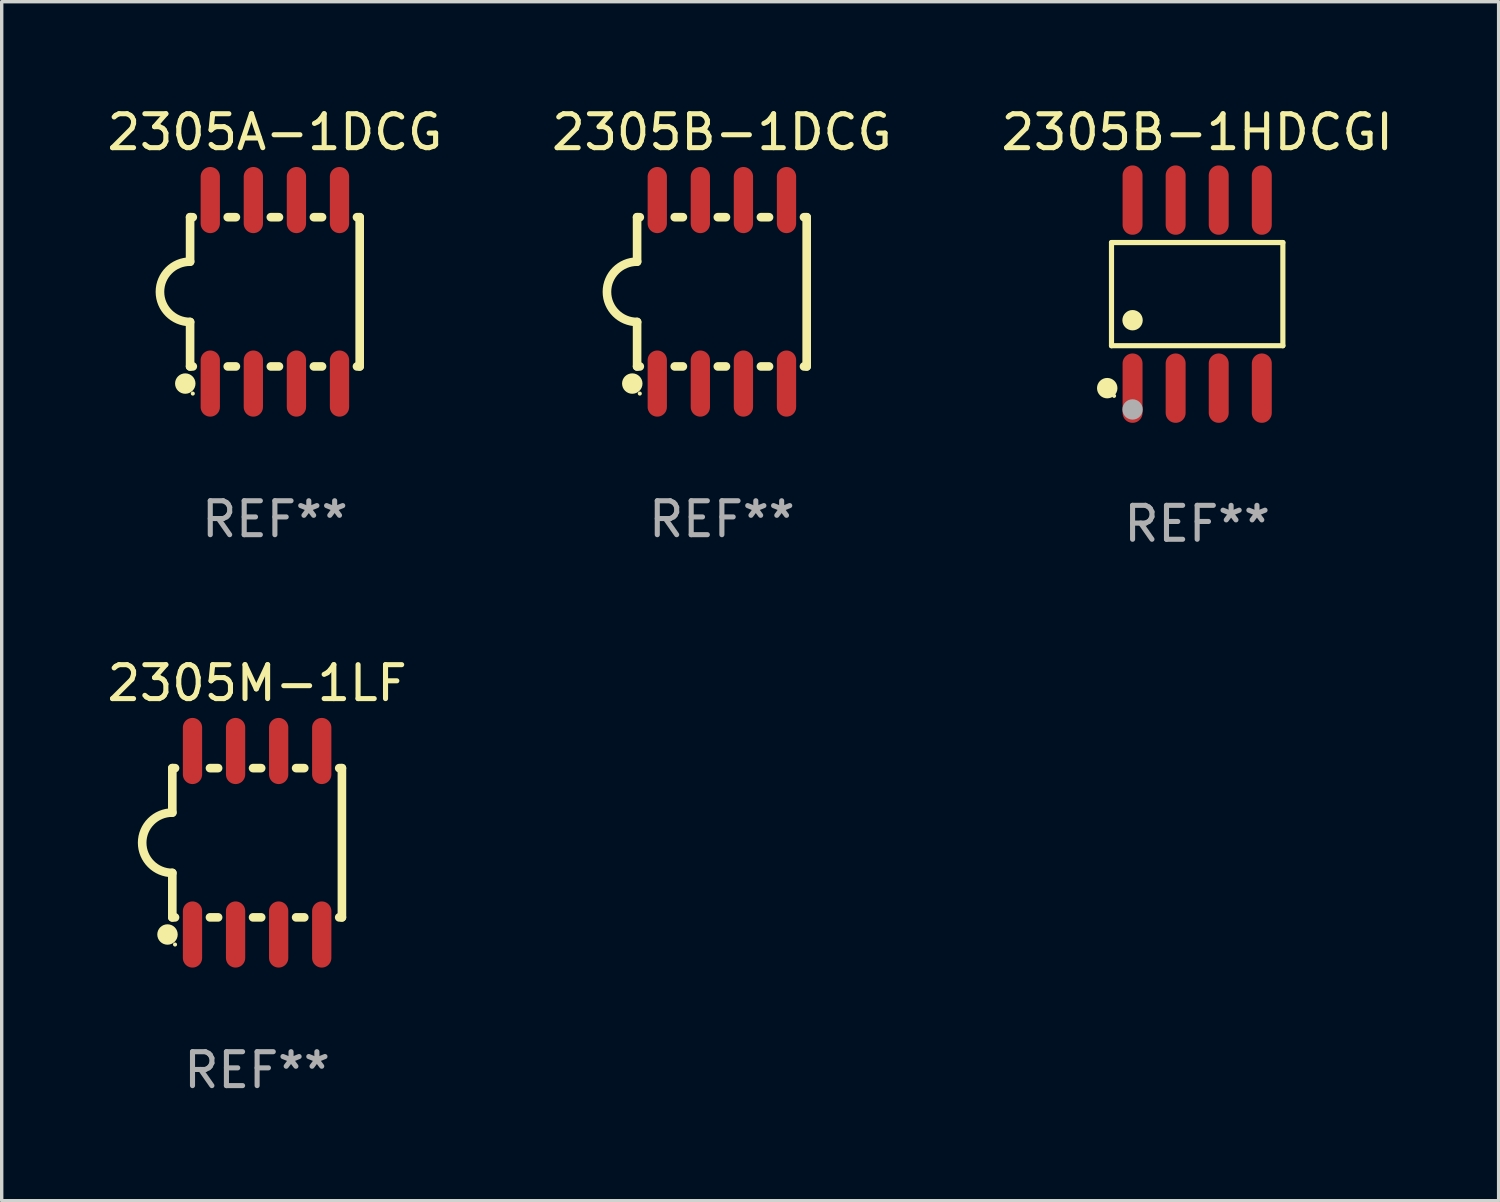
<source format=kicad_pcb>
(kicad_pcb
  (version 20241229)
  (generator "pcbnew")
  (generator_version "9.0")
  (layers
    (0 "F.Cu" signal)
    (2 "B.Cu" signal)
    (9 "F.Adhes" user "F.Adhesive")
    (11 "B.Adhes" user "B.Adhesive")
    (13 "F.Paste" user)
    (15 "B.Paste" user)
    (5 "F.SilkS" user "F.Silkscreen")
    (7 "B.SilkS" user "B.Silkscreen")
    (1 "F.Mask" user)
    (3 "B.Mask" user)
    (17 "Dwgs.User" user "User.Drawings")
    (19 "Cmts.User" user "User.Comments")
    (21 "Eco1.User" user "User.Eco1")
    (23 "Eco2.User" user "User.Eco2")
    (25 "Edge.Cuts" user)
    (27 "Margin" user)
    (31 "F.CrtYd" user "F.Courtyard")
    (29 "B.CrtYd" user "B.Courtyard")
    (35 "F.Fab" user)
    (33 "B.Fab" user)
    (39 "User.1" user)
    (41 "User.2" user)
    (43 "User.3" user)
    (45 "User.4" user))
  (footprint "2305M-1LF"
    (layer "F.Cu")
    (at 4.53 21.795)
    (property "Reference" "2305M-1LF" (at 0 -4.705 0) (layer "F.SilkS") (effects (font (size 1 1) (thickness 0.15))))
    (attr through_hole)
    (fp_line (start -2.5 -2.2) (end -2.5 -0.889) (stroke (width 0.254) (type solid)) (layer "F.SilkS"))
    (fp_line (start -2.5 2.2) (end -2.5 0.889) (stroke (width 0.254) (type solid)) (layer "F.SilkS"))
    (fp_line (start -2.42 -2.2) (end -2.5 -2.2) (stroke (width 0.254) (type solid)) (layer "F.SilkS"))
    (fp_line (start -2.42 2.2) (end -2.5 2.2) (stroke (width 0.254) (type solid)) (layer "F.SilkS"))
    (fp_line (start -1.15 -2.2) (end -1.39 -2.2) (stroke (width 0.254) (type solid)) (layer "F.SilkS"))
    (fp_line (start -1.15 2.2) (end -1.39 2.2) (stroke (width 0.254) (type solid)) (layer "F.SilkS"))
    (fp_line (start 0.12 -2.2) (end -0.12 -2.2) (stroke (width 0.254) (type solid)) (layer "F.SilkS"))
    (fp_line (start 0.12 2.2) (end -0.12 2.2) (stroke (width 0.254) (type solid)) (layer "F.SilkS"))
    (fp_line (start 1.39 -2.2) (end 1.15 -2.2) (stroke (width 0.254) (type solid)) (layer "F.SilkS"))
    (fp_line (start 1.39 2.2) (end 1.15 2.2) (stroke (width 0.254) (type solid)) (layer "F.SilkS"))
    (fp_line (start 2.5 -2.2) (end 2.42 -2.2) (stroke (width 0.254) (type solid)) (layer "F.SilkS"))
    (fp_line (start 2.5 -2.2) (end 2.5 2.2) (stroke (width 0.254) (type solid)) (layer "F.SilkS"))
    (fp_line (start 2.5 2.2) (end 2.42 2.2) (stroke (width 0.254) (type solid)) (layer "F.SilkS"))
    (fp_arc (start -2.5 0.889002) (mid -3.388367 -0.000318) (end -2.499365 -0.889002) (stroke (width 0.254001) (type solid)) (layer "F.SilkS"))
    (fp_circle (center -2.642 2.705) (end -2.491 2.705) (stroke (width 0.3) (type solid)) (fill no) (layer "F.SilkS"))
    (fp_circle (center -2.42 3) (end -2.39 3) (stroke (width 0.06) (type solid)) (fill no) (layer "F.SilkS"))
    (fp_text user "REF**" (at 0 6.705 0) (layer "F.Fab") (effects (font (size 1 1) (thickness 0.15))))
    (pad "1" smd oval (at -1.905 2.705) (size 0.568 1.95) (layers "F.Cu" "F.Mask" "F.Paste"))
    (pad "2" smd oval (at -0.635 2.705) (size 0.568 1.95) (layers "F.Cu" "F.Mask" "F.Paste"))
    (pad "3" smd oval (at 0.635 2.705) (size 0.568 1.95) (layers "F.Cu" "F.Mask" "F.Paste"))
    (pad "4" smd oval (at 1.905 2.705) (size 0.568 1.95) (layers "F.Cu" "F.Mask" "F.Paste"))
    (pad "5" smd oval (at 1.905 -2.705) (size 0.568 1.95) (layers "F.Cu" "F.Mask" "F.Paste"))
    (pad "6" smd oval (at 0.635 -2.705) (size 0.568 1.95) (layers "F.Cu" "F.Mask" "F.Paste"))
    (pad "7" smd oval (at -0.635 -2.705) (size 0.568 1.95) (layers "F.Cu" "F.Mask" "F.Paste"))
    (pad "8" smd oval (at -1.905 -2.705) (size 0.568 1.95) (layers "F.Cu" "F.Mask" "F.Paste")))
  (footprint "2305B-1DCG"
    (layer "F.Cu")
    (at 18.232 5.553)
    (property "Reference" "2305B-1DCG" (at 0 -4.705 0) (layer "F.SilkS") (effects (font (size 1 1) (thickness 0.15))))
    (attr through_hole)
    (fp_line (start -2.5 -2.2) (end -2.5 -0.889) (stroke (width 0.254) (type solid)) (layer "F.SilkS"))
    (fp_line (start -2.5 2.2) (end -2.5 0.889) (stroke (width 0.254) (type solid)) (layer "F.SilkS"))
    (fp_line (start -2.42 -2.2) (end -2.5 -2.2) (stroke (width 0.254) (type solid)) (layer "F.SilkS"))
    (fp_line (start -2.42 2.2) (end -2.5 2.2) (stroke (width 0.254) (type solid)) (layer "F.SilkS"))
    (fp_line (start -1.15 -2.2) (end -1.39 -2.2) (stroke (width 0.254) (type solid)) (layer "F.SilkS"))
    (fp_line (start -1.15 2.2) (end -1.39 2.2) (stroke (width 0.254) (type solid)) (layer "F.SilkS"))
    (fp_line (start 0.12 -2.2) (end -0.12 -2.2) (stroke (width 0.254) (type solid)) (layer "F.SilkS"))
    (fp_line (start 0.12 2.2) (end -0.12 2.2) (stroke (width 0.254) (type solid)) (layer "F.SilkS"))
    (fp_line (start 1.39 -2.2) (end 1.15 -2.2) (stroke (width 0.254) (type solid)) (layer "F.SilkS"))
    (fp_line (start 1.39 2.2) (end 1.15 2.2) (stroke (width 0.254) (type solid)) (layer "F.SilkS"))
    (fp_line (start 2.5 -2.2) (end 2.42 -2.2) (stroke (width 0.254) (type solid)) (layer "F.SilkS"))
    (fp_line (start 2.5 -2.2) (end 2.5 2.2) (stroke (width 0.254) (type solid)) (layer "F.SilkS"))
    (fp_line (start 2.5 2.2) (end 2.42 2.2) (stroke (width 0.254) (type solid)) (layer "F.SilkS"))
    (fp_arc (start -2.5 0.889002) (mid -3.388367 -0.000318) (end -2.499365 -0.889002) (stroke (width 0.254001) (type solid)) (layer "F.SilkS"))
    (fp_circle (center -2.642 2.705) (end -2.491 2.705) (stroke (width 0.3) (type solid)) (fill no) (layer "F.SilkS"))
    (fp_circle (center -2.42 3) (end -2.39 3) (stroke (width 0.06) (type solid)) (fill no) (layer "F.SilkS"))
    (fp_text user "REF**" (at 0 6.705 0) (layer "F.Fab") (effects (font (size 1 1) (thickness 0.15))))
    (pad "1" smd oval (at -1.905 2.705) (size 0.568 1.95) (layers "F.Cu" "F.Mask" "F.Paste"))
    (pad "2" smd oval (at -0.635 2.705) (size 0.568 1.95) (layers "F.Cu" "F.Mask" "F.Paste"))
    (pad "3" smd oval (at 0.635 2.705) (size 0.568 1.95) (layers "F.Cu" "F.Mask" "F.Paste"))
    (pad "4" smd oval (at 1.905 2.705) (size 0.568 1.95) (layers "F.Cu" "F.Mask" "F.Paste"))
    (pad "5" smd oval (at 1.905 -2.705) (size 0.568 1.95) (layers "F.Cu" "F.Mask" "F.Paste"))
    (pad "6" smd oval (at 0.635 -2.705) (size 0.568 1.95) (layers "F.Cu" "F.Mask" "F.Paste"))
    (pad "7" smd oval (at -0.635 -2.705) (size 0.568 1.95) (layers "F.Cu" "F.Mask" "F.Paste"))
    (pad "8" smd oval (at -1.905 -2.705) (size 0.568 1.95) (layers "F.Cu" "F.Mask" "F.Paste")))
  (footprint "2305A-1DCG"
    (layer "F.Cu")
    (at 5.054 5.553)
    (property "Reference" "2305A-1DCG" (at 0 -4.705 0) (layer "F.SilkS") (effects (font (size 1 1) (thickness 0.15))))
    (attr through_hole)
    (fp_line (start -2.5 -2.2) (end -2.5 -0.889) (stroke (width 0.254) (type solid)) (layer "F.SilkS"))
    (fp_line (start -2.5 2.2) (end -2.5 0.889) (stroke (width 0.254) (type solid)) (layer "F.SilkS"))
    (fp_line (start -2.42 -2.2) (end -2.5 -2.2) (stroke (width 0.254) (type solid)) (layer "F.SilkS"))
    (fp_line (start -2.42 2.2) (end -2.5 2.2) (stroke (width 0.254) (type solid)) (layer "F.SilkS"))
    (fp_line (start -1.15 -2.2) (end -1.39 -2.2) (stroke (width 0.254) (type solid)) (layer "F.SilkS"))
    (fp_line (start -1.15 2.2) (end -1.39 2.2) (stroke (width 0.254) (type solid)) (layer "F.SilkS"))
    (fp_line (start 0.12 -2.2) (end -0.12 -2.2) (stroke (width 0.254) (type solid)) (layer "F.SilkS"))
    (fp_line (start 0.12 2.2) (end -0.12 2.2) (stroke (width 0.254) (type solid)) (layer "F.SilkS"))
    (fp_line (start 1.39 -2.2) (end 1.15 -2.2) (stroke (width 0.254) (type solid)) (layer "F.SilkS"))
    (fp_line (start 1.39 2.2) (end 1.15 2.2) (stroke (width 0.254) (type solid)) (layer "F.SilkS"))
    (fp_line (start 2.5 -2.2) (end 2.42 -2.2) (stroke (width 0.254) (type solid)) (layer "F.SilkS"))
    (fp_line (start 2.5 -2.2) (end 2.5 2.2) (stroke (width 0.254) (type solid)) (layer "F.SilkS"))
    (fp_line (start 2.5 2.2) (end 2.42 2.2) (stroke (width 0.254) (type solid)) (layer "F.SilkS"))
    (fp_arc (start -2.5 0.889002) (mid -3.388367 -0.000318) (end -2.499365 -0.889002) (stroke (width 0.254001) (type solid)) (layer "F.SilkS"))
    (fp_circle (center -2.642 2.705) (end -2.491 2.705) (stroke (width 0.3) (type solid)) (fill no) (layer "F.SilkS"))
    (fp_circle (center -2.42 3) (end -2.39 3) (stroke (width 0.06) (type solid)) (fill no) (layer "F.SilkS"))
    (fp_text user "REF**" (at 0 6.705 0) (layer "F.Fab") (effects (font (size 1 1) (thickness 0.15))))
    (pad "1" smd oval (at -1.905 2.705) (size 0.568 1.95) (layers "F.Cu" "F.Mask" "F.Paste"))
    (pad "2" smd oval (at -0.635 2.705) (size 0.568 1.95) (layers "F.Cu" "F.Mask" "F.Paste"))
    (pad "3" smd oval (at 0.635 2.705) (size 0.568 1.95) (layers "F.Cu" "F.Mask" "F.Paste"))
    (pad "4" smd oval (at 1.905 2.705) (size 0.568 1.95) (layers "F.Cu" "F.Mask" "F.Paste"))
    (pad "5" smd oval (at 1.905 -2.705) (size 0.568 1.95) (layers "F.Cu" "F.Mask" "F.Paste"))
    (pad "6" smd oval (at 0.635 -2.705) (size 0.568 1.95) (layers "F.Cu" "F.Mask" "F.Paste"))
    (pad "7" smd oval (at -0.635 -2.705) (size 0.568 1.95) (layers "F.Cu" "F.Mask" "F.Paste"))
    (pad "8" smd oval (at -1.905 -2.705) (size 0.568 1.95) (layers "F.Cu" "F.Mask" "F.Paste")))
  (footprint "2305B-1HDCGI"
    (layer "F.Cu")
    (at 32.244 5.621)
    (property "Reference" "2305B-1HDCGI" (at 0 -4.772 0) (layer "F.SilkS") (effects (font (size 1 1) (thickness 0.15))))
    (attr through_hole)
    (fp_line (start -2.526 -1.521) (end 2.526 -1.521) (stroke (width 0.152) (type solid)) (layer "F.SilkS"))
    (fp_line (start -2.526 1.521) (end -2.526 -1.521) (stroke (width 0.152) (type solid)) (layer "F.SilkS"))
    (fp_line (start 2.526 -1.521) (end 2.526 1.521) (stroke (width 0.152) (type solid)) (layer "F.SilkS"))
    (fp_line (start 2.526 1.521) (end -2.526 1.521) (stroke (width 0.152) (type solid)) (layer "F.SilkS"))
    (fp_circle (center -2.652 2.772) (end -2.501 2.772) (stroke (width 0.3) (type solid)) (fill no) (layer "F.SilkS"))
    (fp_circle (center -2.45 3) (end -2.42 3) (stroke (width 0.06) (type solid)) (fill no) (layer "F.SilkS"))
    (fp_circle (center -1.905 0.769) (end -1.755 0.769) (stroke (width 0.3) (type solid)) (fill no) (layer "F.SilkS"))
    (fp_circle (center -1.905 3.4) (end -1.755 3.4) (stroke (width 0.3) (type solid)) (fill no) (layer "F.Fab"))
    (fp_text user "REF**" (at 0 6.772 0) (layer "F.Fab") (effects (font (size 1 1) (thickness 0.15))))
    (pad "1" smd oval (at -1.905 2.772) (size 0.588 2.045) (layers "F.Cu" "F.Mask" "F.Paste"))
    (pad "2" smd oval (at -0.635 2.772) (size 0.588 2.045) (layers "F.Cu" "F.Mask" "F.Paste"))
    (pad "3" smd oval (at 0.635 2.772) (size 0.588 2.045) (layers "F.Cu" "F.Mask" "F.Paste"))
    (pad "4" smd oval (at 1.905 2.772) (size 0.588 2.045) (layers "F.Cu" "F.Mask" "F.Paste"))
    (pad "5" smd oval (at 1.905 -2.772) (size 0.588 2.045) (layers "F.Cu" "F.Mask" "F.Paste"))
    (pad "6" smd oval (at 0.635 -2.772) (size 0.588 2.045) (layers "F.Cu" "F.Mask" "F.Paste"))
    (pad "7" smd oval (at -0.635 -2.772) (size 0.588 2.045) (layers "F.Cu" "F.Mask" "F.Paste"))
    (pad "8" smd oval (at -1.905 -2.772) (size 0.588 2.045) (layers "F.Cu" "F.Mask" "F.Paste")))
  (gr_rect
    (start -3 -3)
    (end 41.131 32.348)
    (stroke (width 0.1) (type default))
    (fill no)
    (layer "Edge.Cuts")))
</source>
